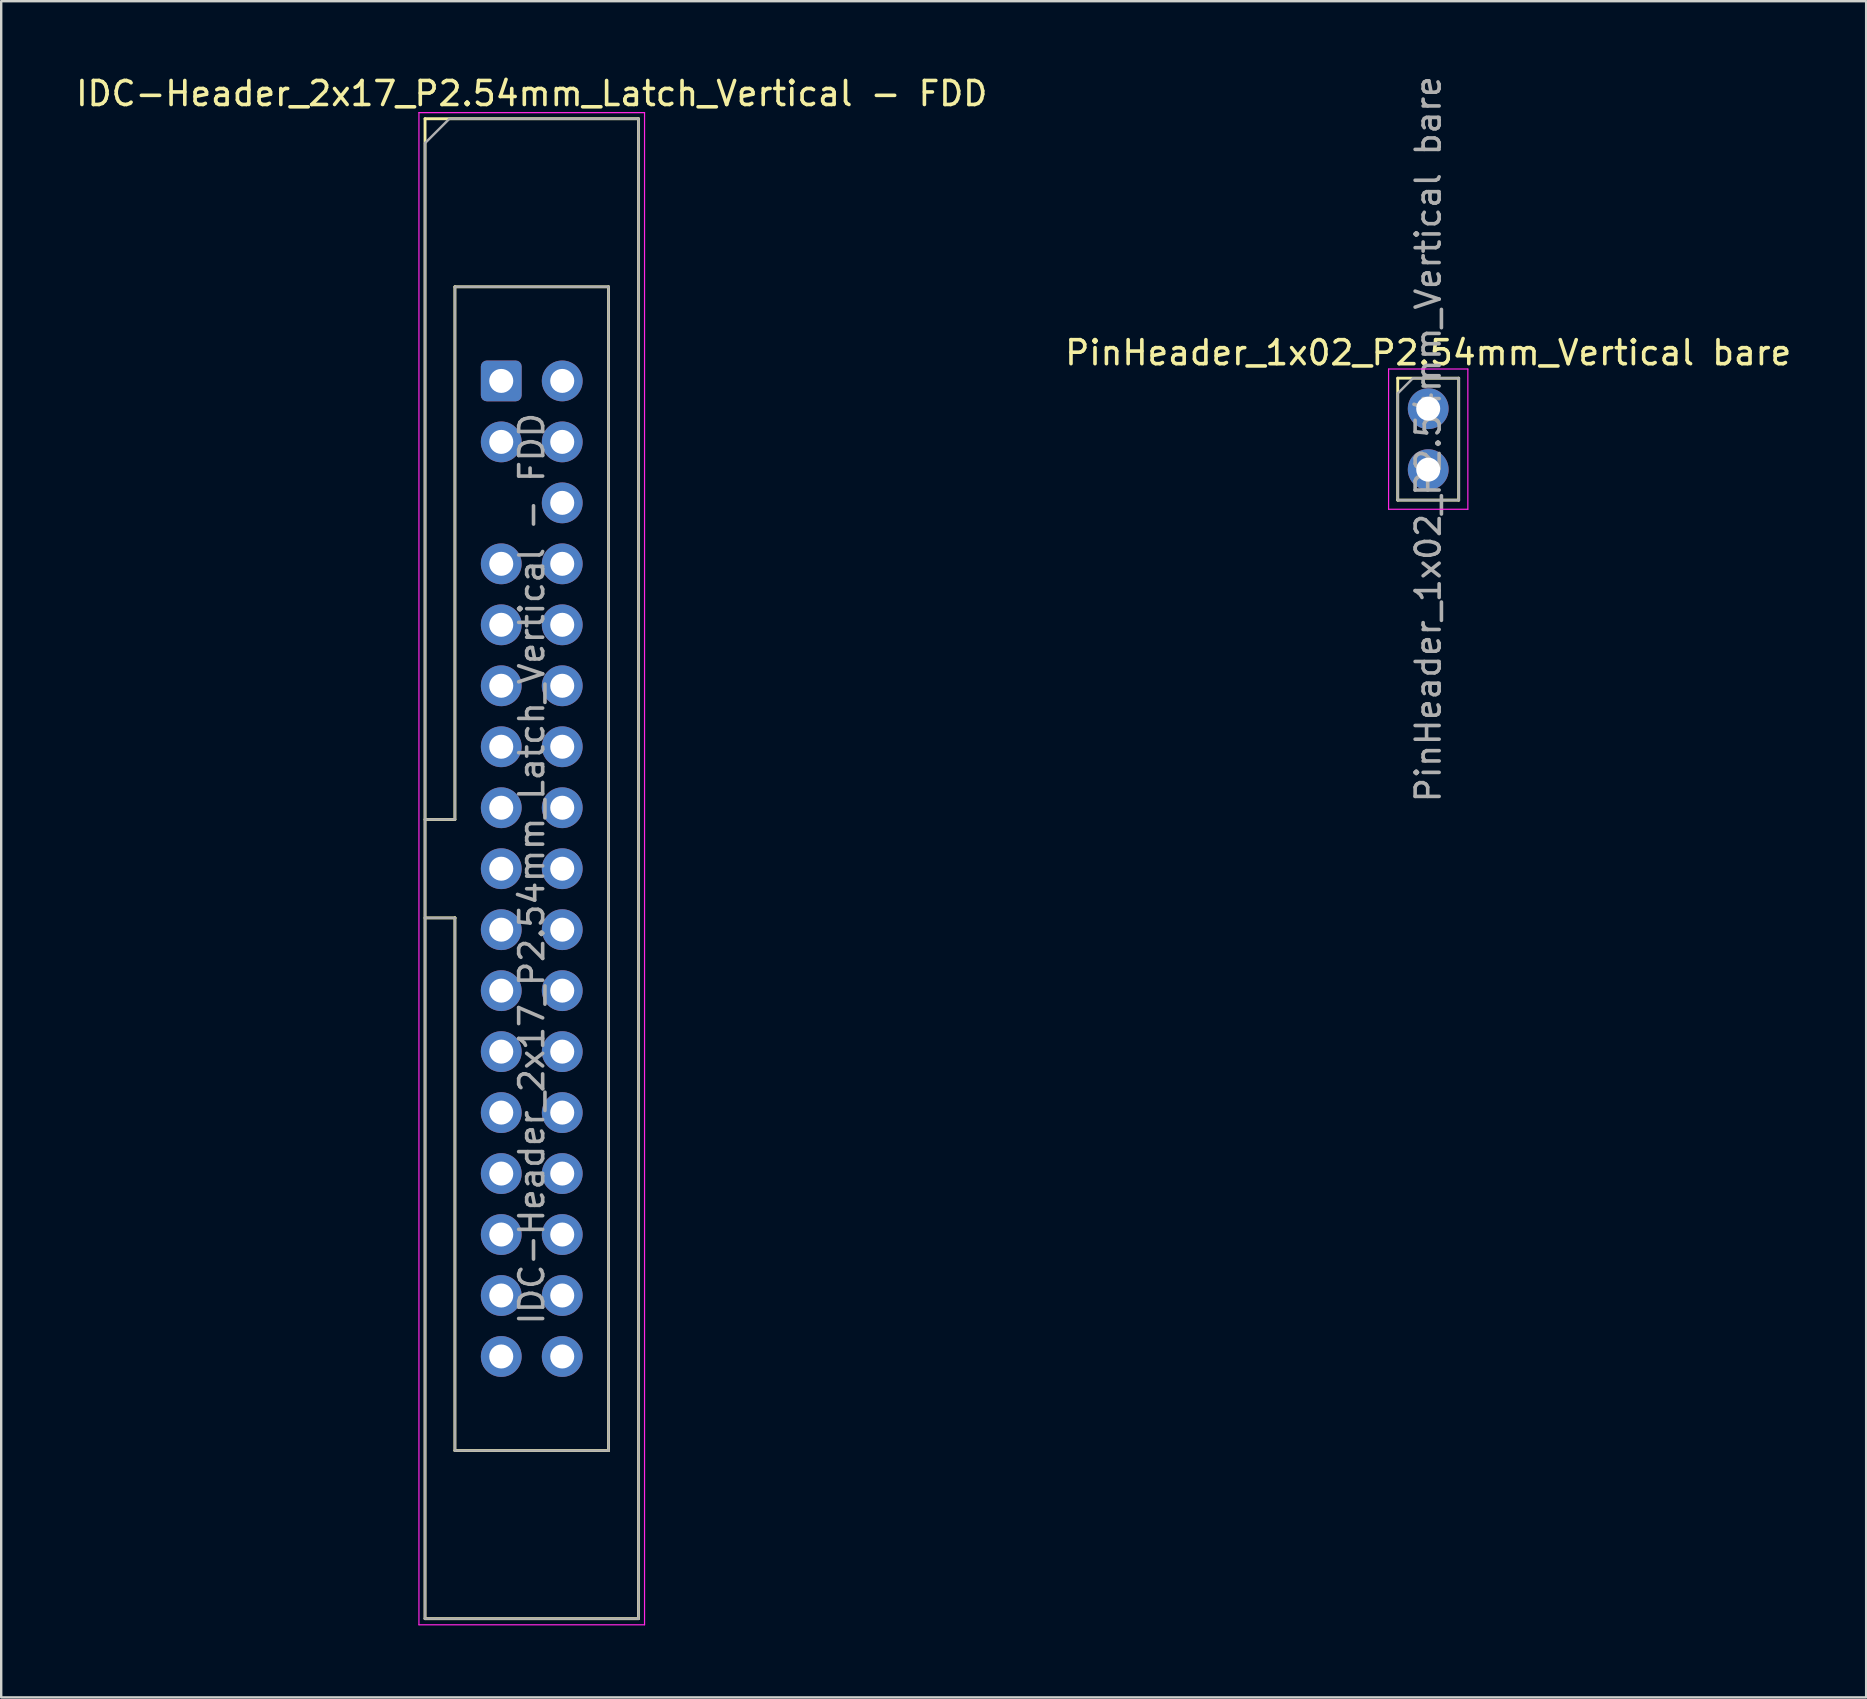
<source format=kicad_pcb>
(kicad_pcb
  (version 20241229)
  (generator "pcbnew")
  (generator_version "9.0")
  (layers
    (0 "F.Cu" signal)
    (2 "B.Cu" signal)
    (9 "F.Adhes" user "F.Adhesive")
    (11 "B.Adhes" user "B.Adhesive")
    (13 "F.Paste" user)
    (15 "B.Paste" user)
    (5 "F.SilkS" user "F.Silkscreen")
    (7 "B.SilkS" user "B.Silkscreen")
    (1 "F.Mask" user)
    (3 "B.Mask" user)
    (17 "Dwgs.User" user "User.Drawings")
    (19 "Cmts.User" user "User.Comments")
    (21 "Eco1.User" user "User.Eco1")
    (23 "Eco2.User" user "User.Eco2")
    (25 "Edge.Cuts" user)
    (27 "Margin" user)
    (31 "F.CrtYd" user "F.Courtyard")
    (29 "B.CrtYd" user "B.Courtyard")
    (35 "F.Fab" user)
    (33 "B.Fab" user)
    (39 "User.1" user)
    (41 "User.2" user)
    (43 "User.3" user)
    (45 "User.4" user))
  (footprint "IDC-Header_2x17_P2.54mm_Latch_Vertical - FDD"
    (layer "F.Cu")
    (at 17.831 12.818)
    (property "Reference" "IDC-Header_2x17_P2.54mm_Latch_Vertical - FDD" (at 1.27 -11.97 0) (layer "F.SilkS") (effects (font (size 1 1) (thickness 0.15))))
    (attr through_hole)
    (fp_line (start -3.175 -10.922) (end 5.715 -10.922) (stroke (width 0.12) (type solid)) (layer "F.SilkS"))
    (fp_line (start -3.175 18.27) (end -1.93 18.27) (stroke (width 0.12) (type solid)) (layer "F.SilkS"))
    (fp_line (start -3.175 51.562) (end -3.175 -10.922) (stroke (width 0.12) (type solid)) (layer "F.SilkS"))
    (fp_line (start -1.93 -3.92) (end 4.47 -3.92) (stroke (width 0.12) (type solid)) (layer "F.SilkS"))
    (fp_line (start -1.93 18.27) (end -1.93 -3.92) (stroke (width 0.12) (type solid)) (layer "F.SilkS"))
    (fp_line (start -1.93 22.37) (end -3.175 22.37) (stroke (width 0.12) (type solid)) (layer "F.SilkS"))
    (fp_line (start -1.93 22.37) (end -1.93 22.37) (stroke (width 0.12) (type solid)) (layer "F.SilkS"))
    (fp_line (start -1.93 44.56) (end -1.93 22.37) (stroke (width 0.12) (type solid)) (layer "F.SilkS"))
    (fp_line (start 4.47 -3.92) (end 4.47 44.56) (stroke (width 0.12) (type solid)) (layer "F.SilkS"))
    (fp_line (start 4.47 44.56) (end -1.93 44.56) (stroke (width 0.12) (type solid)) (layer "F.SilkS"))
    (fp_line (start 5.715 -10.922) (end 5.715 51.562) (stroke (width 0.12) (type solid)) (layer "F.SilkS"))
    (fp_line (start 5.715 51.562) (end -3.175 51.562) (stroke (width 0.12) (type solid)) (layer "F.SilkS"))
    (fp_line (start -3.429 -11.176) (end -3.429 51.816) (stroke (width 0.05) (type solid)) (layer "F.CrtYd"))
    (fp_line (start -3.429 51.816) (end 5.969 51.816) (stroke (width 0.05) (type solid)) (layer "F.CrtYd"))
    (fp_line (start 5.969 -11.176) (end -3.429 -11.176) (stroke (width 0.05) (type solid)) (layer "F.CrtYd"))
    (fp_line (start 5.969 51.816) (end 5.969 -11.176) (stroke (width 0.05) (type solid)) (layer "F.CrtYd"))
    (fp_line (start -3.175 -9.906) (end -2.159 -10.922) (stroke (width 0.1) (type default)) (layer "F.Fab"))
    (fp_line (start -3.175 18.27) (end -1.93 18.27) (stroke (width 0.1) (type solid)) (layer "F.Fab"))
    (fp_line (start -3.175 51.562) (end -3.175 -9.906) (stroke (width 0.1) (type solid)) (layer "F.Fab"))
    (fp_line (start -2.159 -10.922) (end 5.715 -10.922) (stroke (width 0.1) (type solid)) (layer "F.Fab"))
    (fp_line (start -1.93 -3.92) (end 4.47 -3.92) (stroke (width 0.1) (type solid)) (layer "F.Fab"))
    (fp_line (start -1.93 18.27) (end -1.93 -3.92) (stroke (width 0.1) (type solid)) (layer "F.Fab"))
    (fp_line (start -1.93 22.37) (end -3.175 22.37) (stroke (width 0.1) (type solid)) (layer "F.Fab"))
    (fp_line (start -1.93 22.37) (end -1.93 22.37) (stroke (width 0.1) (type solid)) (layer "F.Fab"))
    (fp_line (start -1.93 44.56) (end -1.93 22.37) (stroke (width 0.1) (type solid)) (layer "F.Fab"))
    (fp_line (start 4.47 -3.92) (end 4.47 44.56) (stroke (width 0.1) (type solid)) (layer "F.Fab"))
    (fp_line (start 4.47 44.56) (end -1.93 44.56) (stroke (width 0.1) (type solid)) (layer "F.Fab"))
    (fp_line (start 5.715 -10.922) (end 5.715 51.562) (stroke (width 0.1) (type solid)) (layer "F.Fab"))
    (fp_line (start 5.715 51.562) (end -3.175 51.562) (stroke (width 0.1) (type solid)) (layer "F.Fab"))
    (fp_text user "${REFERENCE}" (at 1.27 20.32 90) (layer "F.Fab") (effects (font (size 1 1) (thickness 0.15))))
    (pad "1" thru_hole roundrect (at 0 0) (size 1.7 1.7) (drill 1) (layers "*.Cu" "*.Mask") (roundrect_rratio 0.147))
    (pad "2" thru_hole circle (at 2.54 0) (size 1.7 1.7) (drill 1) (layers "*.Cu" "*.Mask"))
    (pad "3" thru_hole circle (at 0 2.54) (size 1.7 1.7) (drill 1) (layers "*.Cu" "*.Mask"))
    (pad "4" thru_hole circle (at 2.54 2.54) (size 1.7 1.7) (drill 1) (layers "*.Cu" "*.Mask"))
    (pad "6" thru_hole circle (at 2.54 5.08) (size 1.7 1.7) (drill 1) (layers "*.Cu" "*.Mask"))
    (pad "7" thru_hole circle (at 0 7.62) (size 1.7 1.7) (drill 1) (layers "*.Cu" "*.Mask"))
    (pad "8" thru_hole circle (at 2.54 7.62) (size 1.7 1.7) (drill 1) (layers "*.Cu" "*.Mask"))
    (pad "9" thru_hole circle (at 0 10.16) (size 1.7 1.7) (drill 1) (layers "*.Cu" "*.Mask"))
    (pad "10" thru_hole circle (at 2.54 10.16) (size 1.7 1.7) (drill 1) (layers "*.Cu" "*.Mask"))
    (pad "11" thru_hole circle (at 0 12.7) (size 1.7 1.7) (drill 1) (layers "*.Cu" "*.Mask"))
    (pad "12" thru_hole circle (at 2.54 12.7) (size 1.7 1.7) (drill 1) (layers "*.Cu" "*.Mask"))
    (pad "13" thru_hole circle (at 0 15.24) (size 1.7 1.7) (drill 1) (layers "*.Cu" "*.Mask"))
    (pad "14" thru_hole circle (at 2.54 15.24) (size 1.7 1.7) (drill 1) (layers "*.Cu" "*.Mask"))
    (pad "15" thru_hole circle (at 0 17.78) (size 1.7 1.7) (drill 1) (layers "*.Cu" "*.Mask"))
    (pad "16" thru_hole circle (at 2.54 17.78) (size 1.7 1.7) (drill 1) (layers "*.Cu" "*.Mask"))
    (pad "17" thru_hole circle (at 0 20.32) (size 1.7 1.7) (drill 1) (layers "*.Cu" "*.Mask"))
    (pad "18" thru_hole circle (at 2.54 20.32) (size 1.7 1.7) (drill 1) (layers "*.Cu" "*.Mask"))
    (pad "19" thru_hole circle (at 0 22.86) (size 1.7 1.7) (drill 1) (layers "*.Cu" "*.Mask"))
    (pad "20" thru_hole circle (at 2.54 22.86) (size 1.7 1.7) (drill 1) (layers "*.Cu" "*.Mask"))
    (pad "21" thru_hole circle (at 0 25.4) (size 1.7 1.7) (drill 1) (layers "*.Cu" "*.Mask"))
    (pad "22" thru_hole circle (at 2.54 25.4) (size 1.7 1.7) (drill 1) (layers "*.Cu" "*.Mask"))
    (pad "23" thru_hole circle (at 0 27.94) (size 1.7 1.7) (drill 1) (layers "*.Cu" "*.Mask"))
    (pad "24" thru_hole circle (at 2.54 27.94) (size 1.7 1.7) (drill 1) (layers "*.Cu" "*.Mask"))
    (pad "25" thru_hole circle (at 0 30.48) (size 1.7 1.7) (drill 1) (layers "*.Cu" "*.Mask"))
    (pad "26" thru_hole circle (at 2.54 30.48) (size 1.7 1.7) (drill 1) (layers "*.Cu" "*.Mask"))
    (pad "27" thru_hole circle (at 0 33.02) (size 1.7 1.7) (drill 1) (layers "*.Cu" "*.Mask"))
    (pad "28" thru_hole circle (at 2.54 33.02) (size 1.7 1.7) (drill 1) (layers "*.Cu" "*.Mask"))
    (pad "29" thru_hole circle (at 0 35.56) (size 1.7 1.7) (drill 1) (layers "*.Cu" "*.Mask"))
    (pad "30" thru_hole circle (at 2.54 35.56) (size 1.7 1.7) (drill 1) (layers "*.Cu" "*.Mask"))
    (pad "31" thru_hole circle (at 0 38.1) (size 1.7 1.7) (drill 1) (layers "*.Cu" "*.Mask"))
    (pad "32" thru_hole circle (at 2.54 38.1) (size 1.7 1.7) (drill 1) (layers "*.Cu" "*.Mask"))
    (pad "33" thru_hole circle (at 0 40.64) (size 1.7 1.7) (drill 1) (layers "*.Cu" "*.Mask"))
    (pad "34" thru_hole circle (at 2.54 40.64) (size 1.7 1.7) (drill 1) (layers "*.Cu" "*.Mask")))
  (footprint "PinHeader_1x02_P2.54mm_Vertical bare"
    (layer "F.Cu")
    (at 56.446 13.974)
    (property "Reference" "PinHeader_1x02_P2.54mm_Vertical bare" (at 0 -2.33 0) (layer "F.SilkS") (effects (font (size 1 1) (thickness 0.15))))
    (attr through_hole)
    (fp_line (start -1.27 -1.27) (end -1.27 3.81) (stroke (width 0.12) (type solid)) (layer "F.SilkS"))
    (fp_line (start -1.27 -1.27) (end 1.27 -1.27) (stroke (width 0.12) (type solid)) (layer "F.SilkS"))
    (fp_line (start -1.27 3.81) (end 1.27 3.81) (stroke (width 0.12) (type solid)) (layer "F.SilkS"))
    (fp_line (start 1.27 -1.27) (end 1.27 3.81) (stroke (width 0.12) (type solid)) (layer "F.SilkS"))
    (fp_line (start -1.651 -1.651) (end -1.651 4.191) (stroke (width 0.05) (type solid)) (layer "F.CrtYd"))
    (fp_line (start -1.651 4.191) (end 1.651 4.191) (stroke (width 0.05) (type solid)) (layer "F.CrtYd"))
    (fp_line (start 1.651 -1.651) (end -1.651 -1.651) (stroke (width 0.05) (type solid)) (layer "F.CrtYd"))
    (fp_line (start 1.651 4.191) (end 1.651 -1.651) (stroke (width 0.05) (type solid)) (layer "F.CrtYd"))
    (fp_line (start -1.27 -0.635) (end -0.635 -1.27) (stroke (width 0.1) (type solid)) (layer "F.Fab"))
    (fp_line (start -1.27 3.81) (end -1.27 -0.635) (stroke (width 0.1) (type solid)) (layer "F.Fab"))
    (fp_line (start -0.635 -1.27) (end 1.27 -1.27) (stroke (width 0.1) (type solid)) (layer "F.Fab"))
    (fp_line (start 1.27 -1.27) (end 1.27 3.81) (stroke (width 0.1) (type solid)) (layer "F.Fab"))
    (fp_line (start 1.27 3.81) (end -1.27 3.81) (stroke (width 0.1) (type solid)) (layer "F.Fab"))
    (fp_text user "${REFERENCE}" (at 0 1.27 90) (layer "F.Fab") (effects (font (size 1 1) (thickness 0.15))))
    (pad "1" thru_hole oval (at 0 0) (size 1.7 1.7) (drill 1) (layers "*.Cu" "*.Mask"))
    (pad "2" thru_hole oval (at 0 2.54) (size 1.7 1.7) (drill 1) (layers "*.Cu" "*.Mask")))
  (gr_rect
    (start -3 -3)
    (end 74.69 67.659)
    (stroke (width 0.1) (type default))
    (fill no)
    (layer "Edge.Cuts")))
</source>
